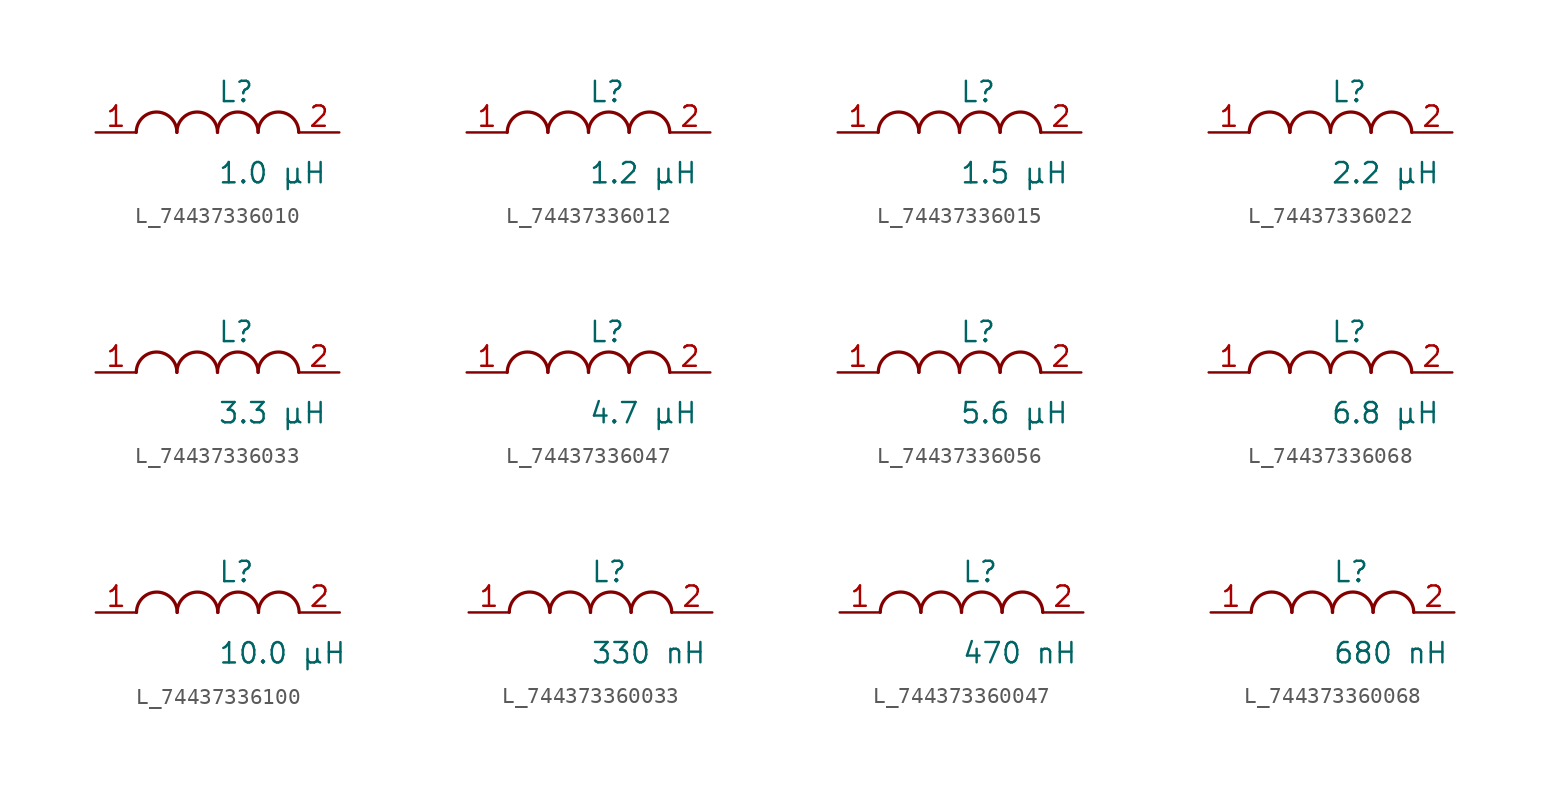
<source format=kicad_sym>
(kicad_symbol_lib
  (version 20231120)
  (generator kicad_symbol_editor)
  (generator_version 8.0)
  (symbol "L_74437336010"
    (pin_names
      (offset 0.254))
    (property "Reference" "L"
      (at 0 2.54 0)
      (effects (font (size 1.27 1.27)) (justify left)))
    (property "Value" "1.0 µH"
      (at 0 -2.54 0)
      (effects (font (size 1.27 1.27)) (justify left)))
    (symbol "L_74437336010_1_1"
      (arc (start -2.54 0.0056) (mid -3.81 1.27) (end -5.08 0.0056) (stroke (width 0.2032) (type default)) (fill (type none)))
      (arc (start 0 0.0056) (mid -1.27 1.27) (end -2.54 0.0056) (stroke (width 0.2032) (type default)) (fill (type none)))
      (arc (start 2.54 0.0056) (mid 1.27 1.27) (end 0 0.0056) (stroke (width 0.2032) (type default)) (fill (type none)))
      (arc (start 5.08 0.0056) (mid 3.81 1.27) (end 2.54 0.0056) (stroke (width 0.2032) (type default)) (fill (type none)))
      (pin unspecified line (at -7.62 0 0) (length 2.54) (name "" (effects (font (size 1.27 1.27)))) (number "1" (effects (font (size 1.27 1.27)))))
      (pin unspecified line (at 7.62 0 180) (length 2.54) (name "" (effects (font (size 1.27 1.27)))) (number "2" (effects (font (size 1.27 1.27)))))))
  (symbol "L_74437336012"
    (pin_names
      (offset 0.254))
    (property "Reference" "L"
      (at 0 2.54 0)
      (effects (font (size 1.27 1.27)) (justify left)))
    (property "Value" "1.2 µH"
      (at 0 -2.54 0)
      (effects (font (size 1.27 1.27)) (justify left)))
    (symbol "L_74437336012_1_1"
      (arc (start -2.54 0.0056) (mid -3.81 1.27) (end -5.08 0.0056) (stroke (width 0.2032) (type default)) (fill (type none)))
      (arc (start 0 0.0056) (mid -1.27 1.27) (end -2.54 0.0056) (stroke (width 0.2032) (type default)) (fill (type none)))
      (arc (start 2.54 0.0056) (mid 1.27 1.27) (end 0 0.0056) (stroke (width 0.2032) (type default)) (fill (type none)))
      (arc (start 5.08 0.0056) (mid 3.81 1.27) (end 2.54 0.0056) (stroke (width 0.2032) (type default)) (fill (type none)))
      (pin unspecified line (at -7.62 0 0) (length 2.54) (name "" (effects (font (size 1.27 1.27)))) (number "1" (effects (font (size 1.27 1.27)))))
      (pin unspecified line (at 7.62 0 180) (length 2.54) (name "" (effects (font (size 1.27 1.27)))) (number "2" (effects (font (size 1.27 1.27)))))))
  (symbol "L_74437336015"
    (pin_names
      (offset 0.254))
    (property "Reference" "L"
      (at 0 2.54 0)
      (effects (font (size 1.27 1.27)) (justify left)))
    (property "Value" "1.5 µH"
      (at 0 -2.54 0)
      (effects (font (size 1.27 1.27)) (justify left)))
    (symbol "L_74437336015_1_1"
      (arc (start -2.54 0.0056) (mid -3.81 1.27) (end -5.08 0.0056) (stroke (width 0.2032) (type default)) (fill (type none)))
      (arc (start 0 0.0056) (mid -1.27 1.27) (end -2.54 0.0056) (stroke (width 0.2032) (type default)) (fill (type none)))
      (arc (start 2.54 0.0056) (mid 1.27 1.27) (end 0 0.0056) (stroke (width 0.2032) (type default)) (fill (type none)))
      (arc (start 5.08 0.0056) (mid 3.81 1.27) (end 2.54 0.0056) (stroke (width 0.2032) (type default)) (fill (type none)))
      (pin unspecified line (at -7.62 0 0) (length 2.54) (name "" (effects (font (size 1.27 1.27)))) (number "1" (effects (font (size 1.27 1.27)))))
      (pin unspecified line (at 7.62 0 180) (length 2.54) (name "" (effects (font (size 1.27 1.27)))) (number "2" (effects (font (size 1.27 1.27)))))))
  (symbol "L_74437336022"
    (pin_names
      (offset 0.254))
    (property "Reference" "L"
      (at 0 2.54 0)
      (effects (font (size 1.27 1.27)) (justify left)))
    (property "Value" "2.2 µH"
      (at 0 -2.54 0)
      (effects (font (size 1.27 1.27)) (justify left)))
    (symbol "L_74437336022_1_1"
      (arc (start -2.54 0.0056) (mid -3.81 1.27) (end -5.08 0.0056) (stroke (width 0.2032) (type default)) (fill (type none)))
      (arc (start 0 0.0056) (mid -1.27 1.27) (end -2.54 0.0056) (stroke (width 0.2032) (type default)) (fill (type none)))
      (arc (start 2.54 0.0056) (mid 1.27 1.27) (end 0 0.0056) (stroke (width 0.2032) (type default)) (fill (type none)))
      (arc (start 5.08 0.0056) (mid 3.81 1.27) (end 2.54 0.0056) (stroke (width 0.2032) (type default)) (fill (type none)))
      (pin unspecified line (at -7.62 0 0) (length 2.54) (name "" (effects (font (size 1.27 1.27)))) (number "1" (effects (font (size 1.27 1.27)))))
      (pin unspecified line (at 7.62 0 180) (length 2.54) (name "" (effects (font (size 1.27 1.27)))) (number "2" (effects (font (size 1.27 1.27)))))))
  (symbol "L_74437336033"
    (pin_names
      (offset 0.254))
    (property "Reference" "L"
      (at 0 2.54 0)
      (effects (font (size 1.27 1.27)) (justify left)))
    (property "Value" "3.3 µH"
      (at 0 -2.54 0)
      (effects (font (size 1.27 1.27)) (justify left)))
    (symbol "L_74437336033_1_1"
      (arc (start -2.54 0.0056) (mid -3.81 1.27) (end -5.08 0.0056) (stroke (width 0.2032) (type default)) (fill (type none)))
      (arc (start 0 0.0056) (mid -1.27 1.27) (end -2.54 0.0056) (stroke (width 0.2032) (type default)) (fill (type none)))
      (arc (start 2.54 0.0056) (mid 1.27 1.27) (end 0 0.0056) (stroke (width 0.2032) (type default)) (fill (type none)))
      (arc (start 5.08 0.0056) (mid 3.81 1.27) (end 2.54 0.0056) (stroke (width 0.2032) (type default)) (fill (type none)))
      (pin unspecified line (at -7.62 0 0) (length 2.54) (name "" (effects (font (size 1.27 1.27)))) (number "1" (effects (font (size 1.27 1.27)))))
      (pin unspecified line (at 7.62 0 180) (length 2.54) (name "" (effects (font (size 1.27 1.27)))) (number "2" (effects (font (size 1.27 1.27)))))))
  (symbol "L_74437336047"
    (pin_names
      (offset 0.254))
    (property "Reference" "L"
      (at 0 2.54 0)
      (effects (font (size 1.27 1.27)) (justify left)))
    (property "Value" "4.7 µH"
      (at 0 -2.54 0)
      (effects (font (size 1.27 1.27)) (justify left)))
    (symbol "L_74437336047_1_1"
      (arc (start -2.54 0.0056) (mid -3.81 1.27) (end -5.08 0.0056) (stroke (width 0.2032) (type default)) (fill (type none)))
      (arc (start 0 0.0056) (mid -1.27 1.27) (end -2.54 0.0056) (stroke (width 0.2032) (type default)) (fill (type none)))
      (arc (start 2.54 0.0056) (mid 1.27 1.27) (end 0 0.0056) (stroke (width 0.2032) (type default)) (fill (type none)))
      (arc (start 5.08 0.0056) (mid 3.81 1.27) (end 2.54 0.0056) (stroke (width 0.2032) (type default)) (fill (type none)))
      (pin unspecified line (at -7.62 0 0) (length 2.54) (name "" (effects (font (size 1.27 1.27)))) (number "1" (effects (font (size 1.27 1.27)))))
      (pin unspecified line (at 7.62 0 180) (length 2.54) (name "" (effects (font (size 1.27 1.27)))) (number "2" (effects (font (size 1.27 1.27)))))))
  (symbol "L_74437336056"
    (pin_names
      (offset 0.254))
    (property "Reference" "L"
      (at 0 2.54 0)
      (effects (font (size 1.27 1.27)) (justify left)))
    (property "Value" "5.6 µH"
      (at 0 -2.54 0)
      (effects (font (size 1.27 1.27)) (justify left)))
    (symbol "L_74437336056_1_1"
      (arc (start -2.54 0.0056) (mid -3.81 1.27) (end -5.08 0.0056) (stroke (width 0.2032) (type default)) (fill (type none)))
      (arc (start 0 0.0056) (mid -1.27 1.27) (end -2.54 0.0056) (stroke (width 0.2032) (type default)) (fill (type none)))
      (arc (start 2.54 0.0056) (mid 1.27 1.27) (end 0 0.0056) (stroke (width 0.2032) (type default)) (fill (type none)))
      (arc (start 5.08 0.0056) (mid 3.81 1.27) (end 2.54 0.0056) (stroke (width 0.2032) (type default)) (fill (type none)))
      (pin unspecified line (at -7.62 0 0) (length 2.54) (name "" (effects (font (size 1.27 1.27)))) (number "1" (effects (font (size 1.27 1.27)))))
      (pin unspecified line (at 7.62 0 180) (length 2.54) (name "" (effects (font (size 1.27 1.27)))) (number "2" (effects (font (size 1.27 1.27)))))))
  (symbol "L_74437336068"
    (pin_names
      (offset 0.254))
    (property "Reference" "L"
      (at 0 2.54 0)
      (effects (font (size 1.27 1.27)) (justify left)))
    (property "Value" "6.8 µH"
      (at 0 -2.54 0)
      (effects (font (size 1.27 1.27)) (justify left)))
    (symbol "L_74437336068_1_1"
      (arc (start -2.54 0.0056) (mid -3.81 1.27) (end -5.08 0.0056) (stroke (width 0.2032) (type default)) (fill (type none)))
      (arc (start 0 0.0056) (mid -1.27 1.27) (end -2.54 0.0056) (stroke (width 0.2032) (type default)) (fill (type none)))
      (arc (start 2.54 0.0056) (mid 1.27 1.27) (end 0 0.0056) (stroke (width 0.2032) (type default)) (fill (type none)))
      (arc (start 5.08 0.0056) (mid 3.81 1.27) (end 2.54 0.0056) (stroke (width 0.2032) (type default)) (fill (type none)))
      (pin unspecified line (at -7.62 0 0) (length 2.54) (name "" (effects (font (size 1.27 1.27)))) (number "1" (effects (font (size 1.27 1.27)))))
      (pin unspecified line (at 7.62 0 180) (length 2.54) (name "" (effects (font (size 1.27 1.27)))) (number "2" (effects (font (size 1.27 1.27)))))))
  (symbol "L_74437336100"
    (pin_names
      (offset 0.254))
    (property "Reference" "L"
      (at 0 2.54 0)
      (effects (font (size 1.27 1.27)) (justify left)))
    (property "Value" "10.0 µH"
      (at 0 -2.54 0)
      (effects (font (size 1.27 1.27)) (justify left)))
    (symbol "L_74437336100_1_1"
      (arc (start -2.54 0.0056) (mid -3.81 1.27) (end -5.08 0.0056) (stroke (width 0.2032) (type default)) (fill (type none)))
      (arc (start 0 0.0056) (mid -1.27 1.27) (end -2.54 0.0056) (stroke (width 0.2032) (type default)) (fill (type none)))
      (arc (start 2.54 0.0056) (mid 1.27 1.27) (end 0 0.0056) (stroke (width 0.2032) (type default)) (fill (type none)))
      (arc (start 5.08 0.0056) (mid 3.81 1.27) (end 2.54 0.0056) (stroke (width 0.2032) (type default)) (fill (type none)))
      (pin unspecified line (at -7.62 0 0) (length 2.54) (name "" (effects (font (size 1.27 1.27)))) (number "1" (effects (font (size 1.27 1.27)))))
      (pin unspecified line (at 7.62 0 180) (length 2.54) (name "" (effects (font (size 1.27 1.27)))) (number "2" (effects (font (size 1.27 1.27)))))))
  (symbol "L_744373360033"
    (pin_names
      (offset 0.254))
    (property "Reference" "L"
      (at 0 2.54 0)
      (effects (font (size 1.27 1.27)) (justify left)))
    (property "Value" "330 nH"
      (at 0 -2.54 0)
      (effects (font (size 1.27 1.27)) (justify left)))
    (symbol "L_744373360033_1_1"
      (arc (start -2.54 0.0056) (mid -3.81 1.27) (end -5.08 0.0056) (stroke (width 0.2032) (type default)) (fill (type none)))
      (arc (start 0 0.0056) (mid -1.27 1.27) (end -2.54 0.0056) (stroke (width 0.2032) (type default)) (fill (type none)))
      (arc (start 2.54 0.0056) (mid 1.27 1.27) (end 0 0.0056) (stroke (width 0.2032) (type default)) (fill (type none)))
      (arc (start 5.08 0.0056) (mid 3.81 1.27) (end 2.54 0.0056) (stroke (width 0.2032) (type default)) (fill (type none)))
      (pin unspecified line (at -7.62 0 0) (length 2.54) (name "" (effects (font (size 1.27 1.27)))) (number "1" (effects (font (size 1.27 1.27)))))
      (pin unspecified line (at 7.62 0 180) (length 2.54) (name "" (effects (font (size 1.27 1.27)))) (number "2" (effects (font (size 1.27 1.27)))))))
  (symbol "L_744373360047"
    (pin_names
      (offset 0.254))
    (property "Reference" "L"
      (at 0 2.54 0)
      (effects (font (size 1.27 1.27)) (justify left)))
    (property "Value" "470 nH"
      (at 0 -2.54 0)
      (effects (font (size 1.27 1.27)) (justify left)))
    (symbol "L_744373360047_1_1"
      (arc (start -2.54 0.0056) (mid -3.81 1.27) (end -5.08 0.0056) (stroke (width 0.2032) (type default)) (fill (type none)))
      (arc (start 0 0.0056) (mid -1.27 1.27) (end -2.54 0.0056) (stroke (width 0.2032) (type default)) (fill (type none)))
      (arc (start 2.54 0.0056) (mid 1.27 1.27) (end 0 0.0056) (stroke (width 0.2032) (type default)) (fill (type none)))
      (arc (start 5.08 0.0056) (mid 3.81 1.27) (end 2.54 0.0056) (stroke (width 0.2032) (type default)) (fill (type none)))
      (pin unspecified line (at -7.62 0 0) (length 2.54) (name "" (effects (font (size 1.27 1.27)))) (number "1" (effects (font (size 1.27 1.27)))))
      (pin unspecified line (at 7.62 0 180) (length 2.54) (name "" (effects (font (size 1.27 1.27)))) (number "2" (effects (font (size 1.27 1.27)))))))
  (symbol "L_744373360068"
    (pin_names
      (offset 0.254))
    (property "Reference" "L"
      (at 0 2.54 0)
      (effects (font (size 1.27 1.27)) (justify left)))
    (property "Value" "680 nH"
      (at 0 -2.54 0)
      (effects (font (size 1.27 1.27)) (justify left)))
    (symbol "L_744373360068_1_1"
      (arc (start -2.54 0.0056) (mid -3.81 1.27) (end -5.08 0.0056) (stroke (width 0.2032) (type default)) (fill (type none)))
      (arc (start 0 0.0056) (mid -1.27 1.27) (end -2.54 0.0056) (stroke (width 0.2032) (type default)) (fill (type none)))
      (arc (start 2.54 0.0056) (mid 1.27 1.27) (end 0 0.0056) (stroke (width 0.2032) (type default)) (fill (type none)))
      (arc (start 5.08 0.0056) (mid 3.81 1.27) (end 2.54 0.0056) (stroke (width 0.2032) (type default)) (fill (type none)))
      (pin unspecified line (at -7.62 0 0) (length 2.54) (name "" (effects (font (size 1.27 1.27)))) (number "1" (effects (font (size 1.27 1.27)))))
      (pin unspecified line (at 7.62 0 180) (length 2.54) (name "" (effects (font (size 1.27 1.27)))) (number "2" (effects (font (size 1.27 1.27))))))))
</source>
